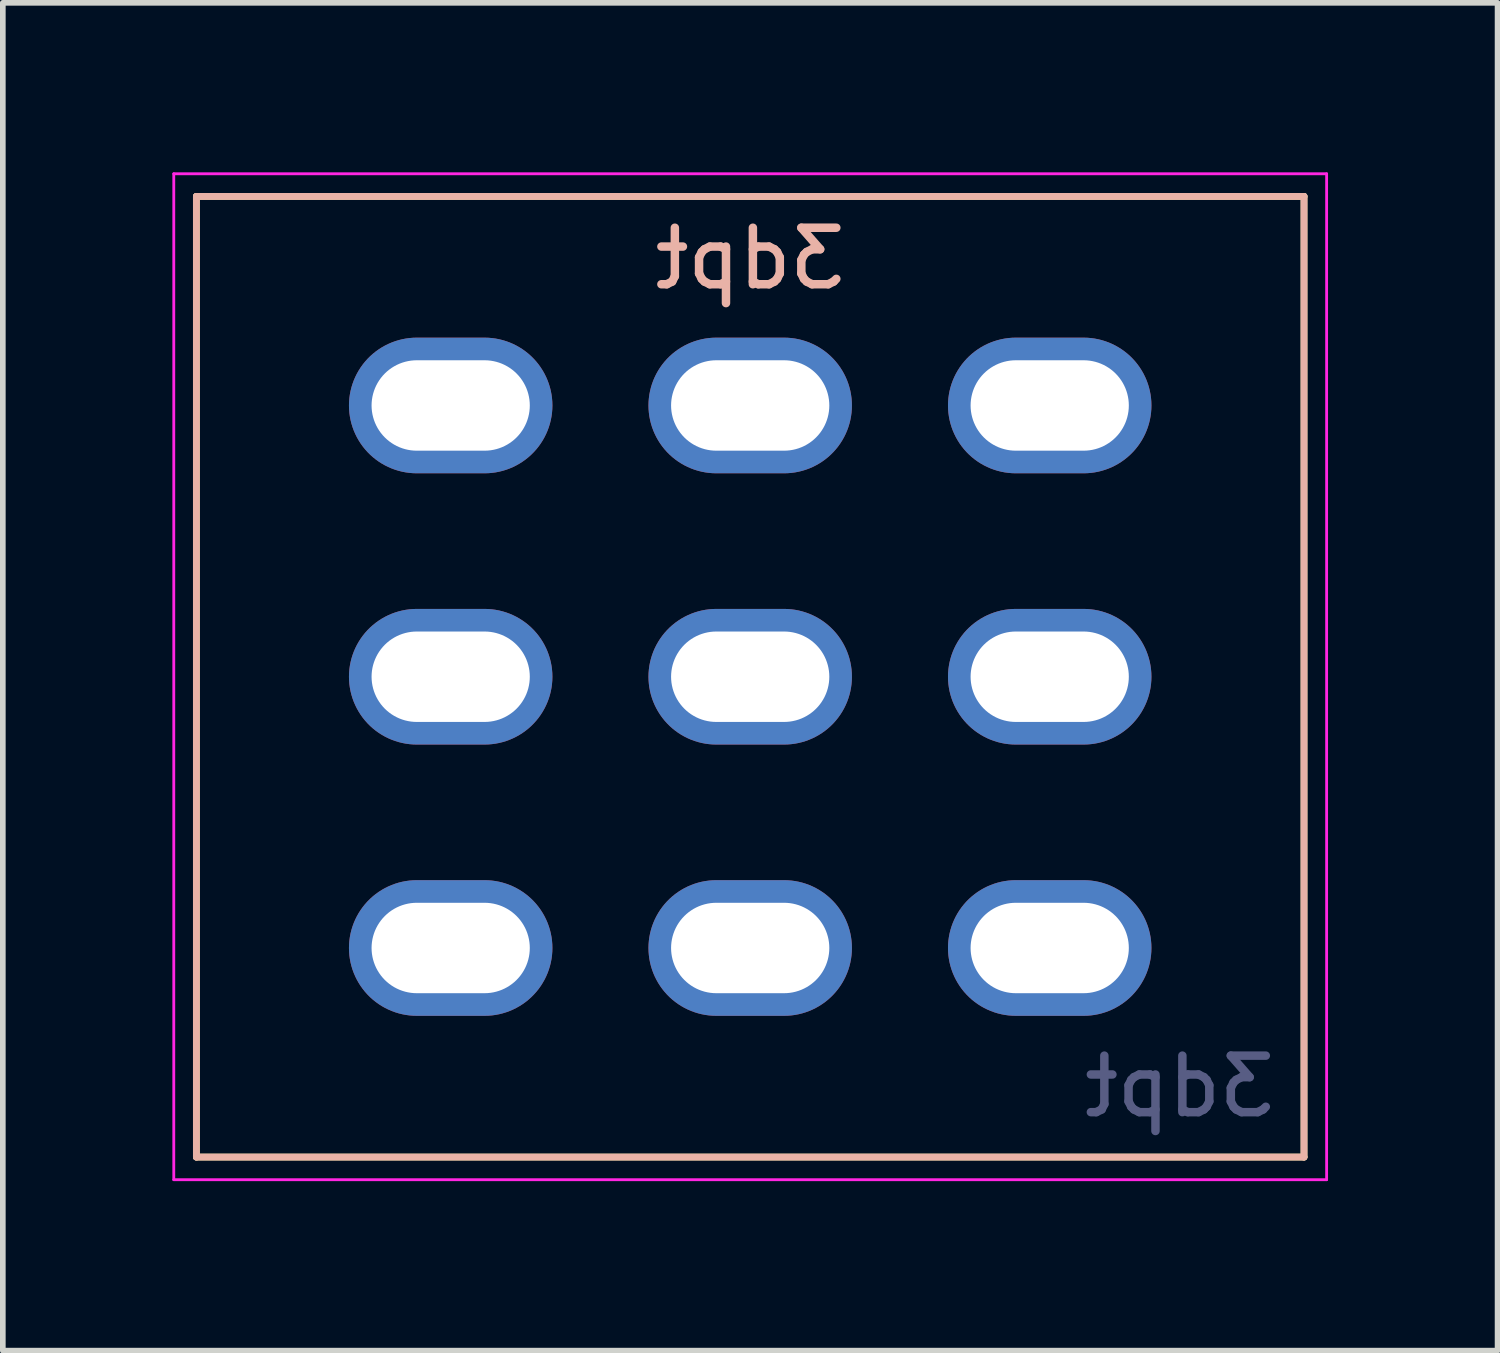
<source format=kicad_pcb>
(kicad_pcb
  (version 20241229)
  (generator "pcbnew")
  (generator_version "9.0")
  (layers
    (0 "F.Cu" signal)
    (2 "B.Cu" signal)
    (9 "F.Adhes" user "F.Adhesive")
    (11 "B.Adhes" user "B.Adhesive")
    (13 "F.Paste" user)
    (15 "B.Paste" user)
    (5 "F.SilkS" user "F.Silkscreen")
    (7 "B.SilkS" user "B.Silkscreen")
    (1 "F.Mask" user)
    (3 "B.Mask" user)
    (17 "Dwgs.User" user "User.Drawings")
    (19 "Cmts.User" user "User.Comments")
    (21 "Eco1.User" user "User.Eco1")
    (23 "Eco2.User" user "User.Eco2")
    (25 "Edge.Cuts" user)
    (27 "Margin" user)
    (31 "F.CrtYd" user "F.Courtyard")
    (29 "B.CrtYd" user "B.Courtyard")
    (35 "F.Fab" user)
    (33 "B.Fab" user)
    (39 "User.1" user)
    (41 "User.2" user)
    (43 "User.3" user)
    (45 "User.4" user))
  (footprint "3dpt"
    (layer "F.Cu")
    (at 10.225 8.925)
    (property "Reference" "3dpt" (at 0 -7.4 0) (layer "B.SilkS") (effects (font (size 1 1) (thickness 0.15)) (justify mirror)))
    (attr through_hole)
    (fp_line (start -9.8 -8.5) (end 9.8 -8.5) (stroke (width 0.12) (type solid)) (layer "F.SilkS"))
    (fp_line (start -9.8 8.5) (end -9.8 -8.5) (stroke (width 0.12) (type solid)) (layer "F.SilkS"))
    (fp_line (start 9.8 8.5) (end -9.8 8.5) (stroke (width 0.12) (type solid)) (layer "F.SilkS"))
    (fp_line (start 9.8 8.5) (end 9.8 -8.5) (stroke (width 0.12) (type solid)) (layer "F.SilkS"))
    (fp_line (start -9.8 -8.5) (end 9.8 -8.5) (stroke (width 0.12) (type solid)) (layer "B.SilkS"))
    (fp_line (start -9.8 8.5) (end -9.8 -8.5) (stroke (width 0.12) (type solid)) (layer "B.SilkS"))
    (fp_line (start 9.8 8.5) (end -9.8 8.5) (stroke (width 0.12) (type solid)) (layer "B.SilkS"))
    (fp_line (start 9.8 8.5) (end 9.8 -8.5) (stroke (width 0.12) (type solid)) (layer "B.SilkS"))
    (fp_line (start -10.2 -8.9) (end 10.2 -8.9) (stroke (width 0.05) (type solid)) (layer "F.CrtYd"))
    (fp_line (start -10.2 8.9) (end -10.2 -8.9) (stroke (width 0.05) (type solid)) (layer "F.CrtYd"))
    (fp_line (start 10.2 8.9) (end -10.2 8.9) (stroke (width 0.05) (type solid)) (layer "F.CrtYd"))
    (fp_line (start 10.2 8.9) (end 10.2 -8.9) (stroke (width 0.05) (type solid)) (layer "F.CrtYd"))
    (fp_text user "3dpt" (at 7.6 7.25 0) (layer "B.Fab") (effects (font (size 1 1) (thickness 0.15)) (justify mirror)))
    (pad "1" thru_hole oval (at -5.3 -4.8) (size 3.6 2.4) (drill oval 2.8 1.6) (layers "*.Cu" "*.Mask"))
    (pad "2" thru_hole oval (at -5.3 0) (size 3.6 2.4) (drill oval 2.8 1.6) (layers "*.Cu" "*.Mask"))
    (pad "3" thru_hole oval (at -5.3 4.8) (size 3.6 2.4) (drill oval 2.8 1.6) (layers "*.Cu" "*.Mask"))
    (pad "4" thru_hole oval (at 0 -4.8) (size 3.6 2.4) (drill oval 2.8 1.6) (layers "*.Cu" "*.Mask"))
    (pad "5" thru_hole oval (at 0 0) (size 3.6 2.4) (drill oval 2.8 1.6) (layers "*.Cu" "*.Mask"))
    (pad "6" thru_hole oval (at 0 4.8) (size 3.6 2.4) (drill oval 2.8 1.6) (layers "*.Cu" "*.Mask"))
    (pad "7" thru_hole oval (at 5.3 -4.8) (size 3.6 2.4) (drill oval 2.8 1.6) (layers "*.Cu" "*.Mask"))
    (pad "8" thru_hole oval (at 5.3 0) (size 3.6 2.4) (drill oval 2.8 1.6) (layers "*.Cu" "*.Mask"))
    (pad "9" thru_hole oval (at 5.3 4.8) (size 3.6 2.4) (drill oval 2.8 1.6) (layers "*.Cu" "*.Mask")))
  (gr_rect
    (start -3 -3)
    (end 23.45 20.85)
    (stroke (width 0.1) (type default))
    (fill no)
    (layer "Edge.Cuts")))
</source>
